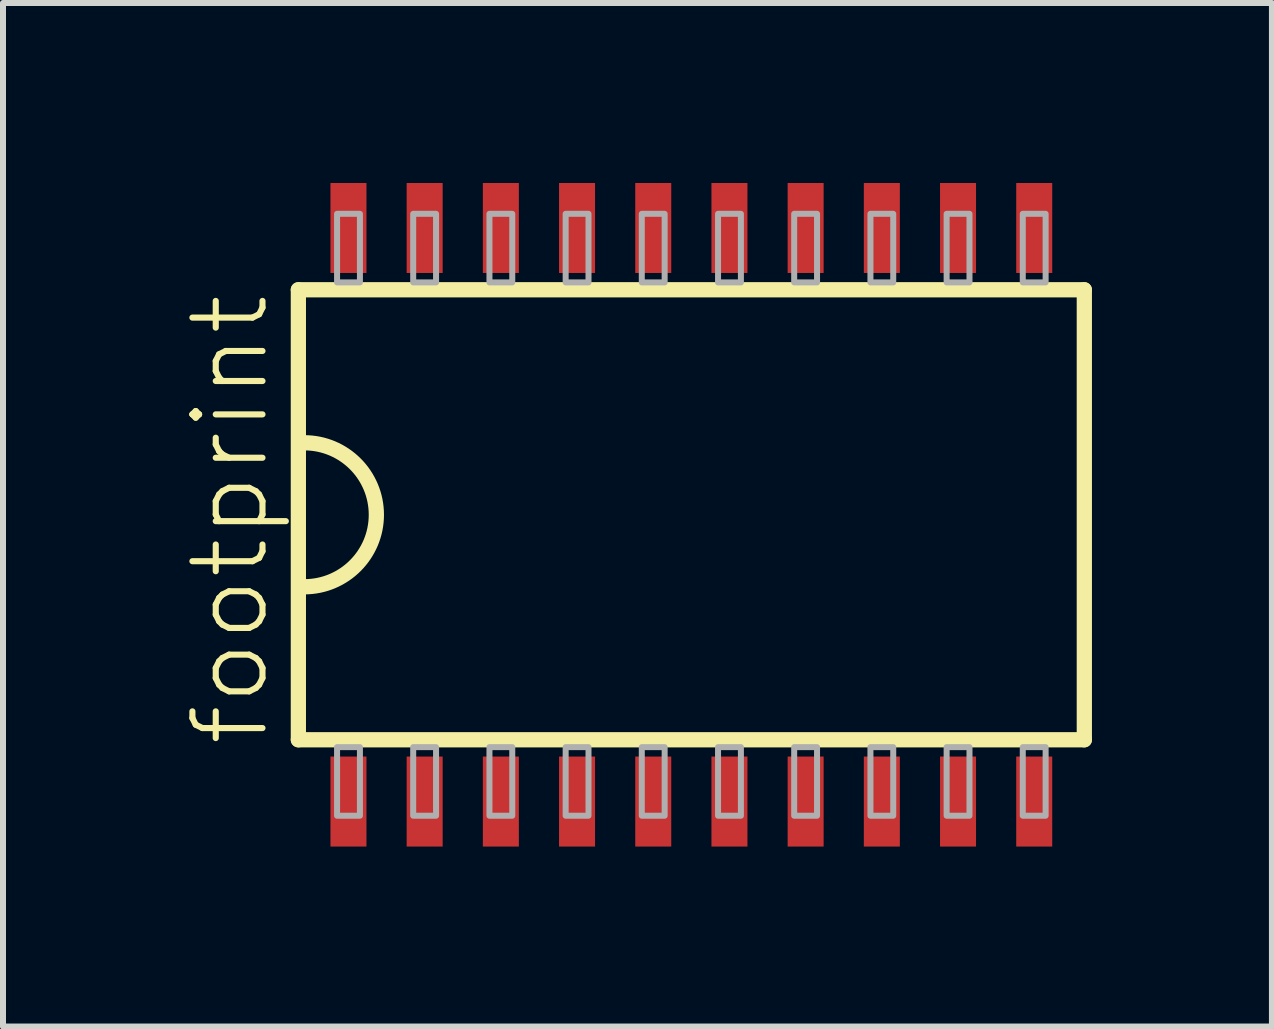
<source format=kicad_pcb>
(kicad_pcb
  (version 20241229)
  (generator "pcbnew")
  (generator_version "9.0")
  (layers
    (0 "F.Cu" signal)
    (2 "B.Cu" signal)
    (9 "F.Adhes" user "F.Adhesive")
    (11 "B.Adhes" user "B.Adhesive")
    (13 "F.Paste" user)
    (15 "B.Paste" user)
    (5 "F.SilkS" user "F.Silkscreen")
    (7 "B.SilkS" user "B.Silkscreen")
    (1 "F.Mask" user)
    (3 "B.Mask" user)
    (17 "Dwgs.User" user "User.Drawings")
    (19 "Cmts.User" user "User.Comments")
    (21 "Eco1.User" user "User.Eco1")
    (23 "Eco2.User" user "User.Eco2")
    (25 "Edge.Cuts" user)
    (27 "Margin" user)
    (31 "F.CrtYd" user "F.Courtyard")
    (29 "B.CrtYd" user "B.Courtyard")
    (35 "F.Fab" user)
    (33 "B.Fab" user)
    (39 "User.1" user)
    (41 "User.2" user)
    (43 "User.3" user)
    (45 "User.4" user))
  (footprint "footprint"
    (layer "F.Cu")
    (at 8.473 5.53)
    (property "Reference" "footprint" (at -7 3.9 90) (layer "F.SilkS") (effects (font (size 1.168 1.168) (thickness 0.102)) (justify left bottom)))
    (fp_line (start -6.55 -3.75) (end 6.55 -3.75) (stroke (width 0.254) (type solid)) (layer "F.SilkS"))
    (fp_line (start -6.55 3.75) (end -6.55 -3.75) (stroke (width 0.254) (type solid)) (layer "F.SilkS"))
    (fp_line (start 6.55 -3.75) (end 6.55 3.75) (stroke (width 0.254) (type solid)) (layer "F.SilkS"))
    (fp_line (start 6.55 3.75) (end -6.55 3.75) (stroke (width 0.254) (type solid)) (layer "F.SilkS"))
    (fp_arc (start -6.45 -1.2) (mid -5.25 0) (end -6.45 1.2) (stroke (width 0.254) (type solid)) (layer "F.SilkS"))
    (fp_poly (pts (xy -5.905 -3.873) (xy -5.524 -3.873) (xy -5.524 -5.016) (xy -5.905 -5.016)) (stroke (width 0.1) (type solid)) (fill no) (layer "F.Fab"))
    (fp_poly (pts (xy -5.905 5.016) (xy -5.524 5.016) (xy -5.524 3.873) (xy -5.905 3.873)) (stroke (width 0.1) (type solid)) (fill no) (layer "F.Fab"))
    (fp_poly (pts (xy -4.636 -3.873) (xy -4.255 -3.873) (xy -4.255 -5.016) (xy -4.636 -5.016)) (stroke (width 0.1) (type solid)) (fill no) (layer "F.Fab"))
    (fp_poly (pts (xy -4.636 5.016) (xy -4.255 5.016) (xy -4.255 3.873) (xy -4.636 3.873)) (stroke (width 0.1) (type solid)) (fill no) (layer "F.Fab"))
    (fp_poly (pts (xy -3.365 -3.873) (xy -2.985 -3.873) (xy -2.985 -5.016) (xy -3.365 -5.016)) (stroke (width 0.1) (type solid)) (fill no) (layer "F.Fab"))
    (fp_poly (pts (xy -3.365 5.016) (xy -2.985 5.016) (xy -2.985 3.873) (xy -3.365 3.873)) (stroke (width 0.1) (type solid)) (fill no) (layer "F.Fab"))
    (fp_poly (pts (xy -2.095 -3.873) (xy -1.714 -3.873) (xy -1.714 -5.016) (xy -2.095 -5.016)) (stroke (width 0.1) (type solid)) (fill no) (layer "F.Fab"))
    (fp_poly (pts (xy -2.095 5.016) (xy -1.714 5.016) (xy -1.714 3.873) (xy -2.095 3.873)) (stroke (width 0.1) (type solid)) (fill no) (layer "F.Fab"))
    (fp_poly (pts (xy -0.826 -3.873) (xy -0.445 -3.873) (xy -0.445 -5.016) (xy -0.826 -5.016)) (stroke (width 0.1) (type solid)) (fill no) (layer "F.Fab"))
    (fp_poly (pts (xy -0.826 5.016) (xy -0.445 5.016) (xy -0.445 3.873) (xy -0.826 3.873)) (stroke (width 0.1) (type solid)) (fill no) (layer "F.Fab"))
    (fp_poly (pts (xy 0.445 -3.873) (xy 0.826 -3.873) (xy 0.826 -5.016) (xy 0.445 -5.016)) (stroke (width 0.1) (type solid)) (fill no) (layer "F.Fab"))
    (fp_poly (pts (xy 0.445 5.016) (xy 0.826 5.016) (xy 0.826 3.873) (xy 0.445 3.873)) (stroke (width 0.1) (type solid)) (fill no) (layer "F.Fab"))
    (fp_poly (pts (xy 1.714 -3.873) (xy 2.095 -3.873) (xy 2.095 -5.016) (xy 1.714 -5.016)) (stroke (width 0.1) (type solid)) (fill no) (layer "F.Fab"))
    (fp_poly (pts (xy 1.714 5.016) (xy 2.095 5.016) (xy 2.095 3.873) (xy 1.714 3.873)) (stroke (width 0.1) (type solid)) (fill no) (layer "F.Fab"))
    (fp_poly (pts (xy 2.985 -3.873) (xy 3.365 -3.873) (xy 3.365 -5.016) (xy 2.985 -5.016)) (stroke (width 0.1) (type solid)) (fill no) (layer "F.Fab"))
    (fp_poly (pts (xy 2.985 5.016) (xy 3.365 5.016) (xy 3.365 3.873) (xy 2.985 3.873)) (stroke (width 0.1) (type solid)) (fill no) (layer "F.Fab"))
    (fp_poly (pts (xy 4.255 -3.873) (xy 4.636 -3.873) (xy 4.636 -5.016) (xy 4.255 -5.016)) (stroke (width 0.1) (type solid)) (fill no) (layer "F.Fab"))
    (fp_poly (pts (xy 4.255 5.016) (xy 4.636 5.016) (xy 4.636 3.873) (xy 4.255 3.873)) (stroke (width 0.1) (type solid)) (fill no) (layer "F.Fab"))
    (fp_poly (pts (xy 5.524 -3.873) (xy 5.905 -3.873) (xy 5.905 -5.016) (xy 5.524 -5.016)) (stroke (width 0.1) (type solid)) (fill no) (layer "F.Fab"))
    (fp_poly (pts (xy 5.524 5.016) (xy 5.905 5.016) (xy 5.905 3.873) (xy 5.524 3.873)) (stroke (width 0.1) (type solid)) (fill no) (layer "F.Fab"))
    (pad "1" smd rect (at -5.715 4.78) (size 0.6 1.5) (layers "F.Cu" "F.Mask" "F.Paste"))
    (pad "2" smd rect (at -4.445 4.78) (size 0.6 1.5) (layers "F.Cu" "F.Mask" "F.Paste"))
    (pad "3" smd rect (at -3.175 4.78) (size 0.6 1.5) (layers "F.Cu" "F.Mask" "F.Paste"))
    (pad "4" smd rect (at -1.905 4.78) (size 0.6 1.5) (layers "F.Cu" "F.Mask" "F.Paste"))
    (pad "5" smd rect (at -0.635 4.78) (size 0.6 1.5) (layers "F.Cu" "F.Mask" "F.Paste"))
    (pad "6" smd rect (at 0.635 4.78) (size 0.6 1.5) (layers "F.Cu" "F.Mask" "F.Paste"))
    (pad "7" smd rect (at 1.905 4.78) (size 0.6 1.5) (layers "F.Cu" "F.Mask" "F.Paste"))
    (pad "8" smd rect (at 3.175 4.78) (size 0.6 1.5) (layers "F.Cu" "F.Mask" "F.Paste"))
    (pad "9" smd rect (at 4.445 4.78) (size 0.6 1.5) (layers "F.Cu" "F.Mask" "F.Paste"))
    (pad "10" smd rect (at 5.715 4.78) (size 0.6 1.5) (layers "F.Cu" "F.Mask" "F.Paste"))
    (pad "11" smd rect (at 5.715 -4.78) (size 0.6 1.5) (layers "F.Cu" "F.Mask" "F.Paste"))
    (pad "12" smd rect (at 4.445 -4.78) (size 0.6 1.5) (layers "F.Cu" "F.Mask" "F.Paste"))
    (pad "13" smd rect (at 3.175 -4.78) (size 0.6 1.5) (layers "F.Cu" "F.Mask" "F.Paste"))
    (pad "14" smd rect (at 1.905 -4.78) (size 0.6 1.5) (layers "F.Cu" "F.Mask" "F.Paste"))
    (pad "15" smd rect (at 0.635 -4.78) (size 0.6 1.5) (layers "F.Cu" "F.Mask" "F.Paste"))
    (pad "16" smd rect (at -0.635 -4.78) (size 0.6 1.5) (layers "F.Cu" "F.Mask" "F.Paste"))
    (pad "17" smd rect (at -1.905 -4.78) (size 0.6 1.5) (layers "F.Cu" "F.Mask" "F.Paste"))
    (pad "18" smd rect (at -3.175 -4.78) (size 0.6 1.5) (layers "F.Cu" "F.Mask" "F.Paste"))
    (pad "19" smd rect (at -4.445 -4.78) (size 0.6 1.5) (layers "F.Cu" "F.Mask" "F.Paste"))
    (pad "20" smd rect (at -5.715 -4.78) (size 0.6 1.5) (layers "F.Cu" "F.Mask" "F.Paste")))
  (gr_rect
    (start -3 -3)
    (end 18.15 14.06)
    (stroke (width 0.1) (type default))
    (fill no)
    (layer "Edge.Cuts")))
</source>
